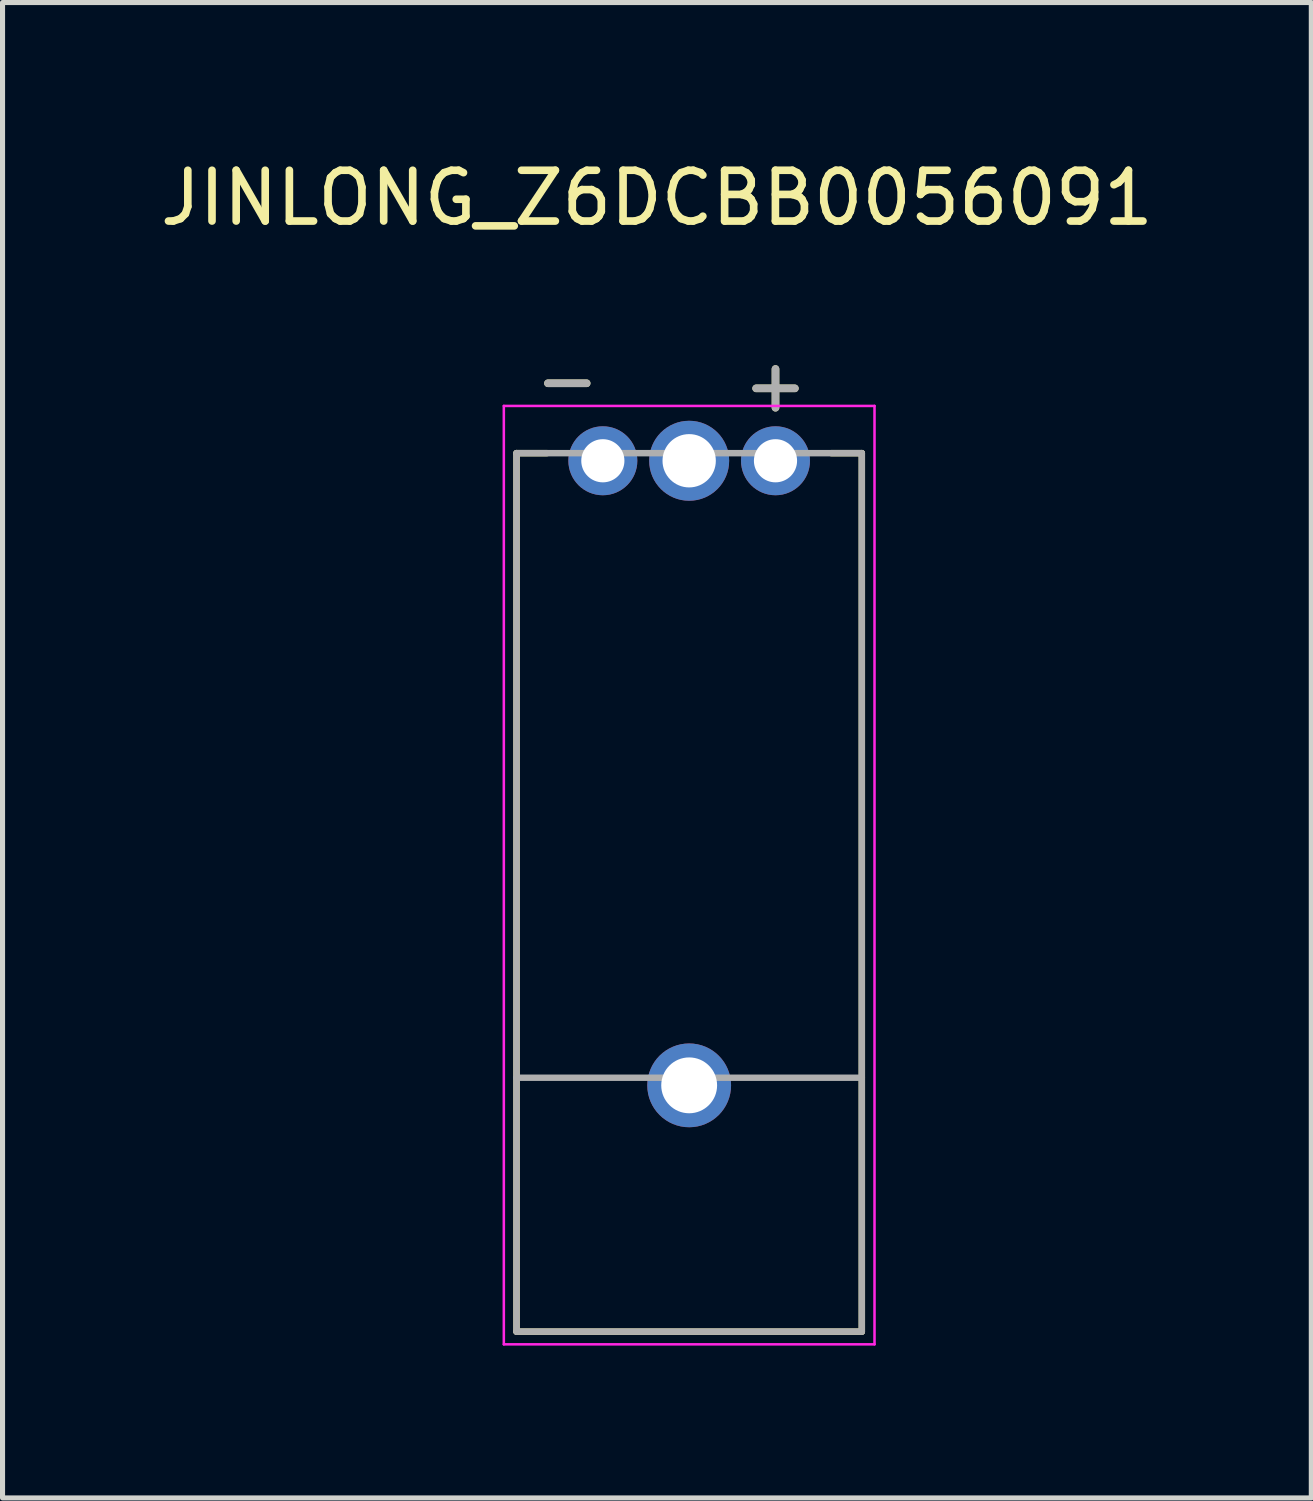
<source format=kicad_pcb>
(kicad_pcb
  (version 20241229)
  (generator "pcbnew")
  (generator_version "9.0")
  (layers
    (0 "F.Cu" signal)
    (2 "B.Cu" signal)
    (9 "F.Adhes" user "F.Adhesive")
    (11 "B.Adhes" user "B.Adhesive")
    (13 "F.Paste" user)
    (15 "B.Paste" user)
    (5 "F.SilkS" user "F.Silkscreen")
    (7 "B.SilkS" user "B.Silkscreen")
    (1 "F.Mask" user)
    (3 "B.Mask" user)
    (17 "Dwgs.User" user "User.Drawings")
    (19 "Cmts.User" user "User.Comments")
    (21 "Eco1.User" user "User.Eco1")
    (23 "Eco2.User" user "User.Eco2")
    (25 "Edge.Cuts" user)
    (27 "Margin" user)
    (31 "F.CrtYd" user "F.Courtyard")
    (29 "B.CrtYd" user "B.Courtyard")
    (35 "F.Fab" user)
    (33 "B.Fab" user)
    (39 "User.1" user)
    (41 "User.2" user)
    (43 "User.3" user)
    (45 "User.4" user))
  (footprint "JINLONG_Z6DCBB0056091"
    (layer "F.Cu")
    (at 10.522 12.024)
    (property "Reference" "JINLONG_Z6DCBB0056091" (at -0.635 -11.176 0) (layer "F.SilkS") (effects (font (size 1 1) (thickness 0.15))))
    (attr through_hole)
    (fp_line (start -3.4 -6.15) (end -3.4 11.15) (stroke (width 0.127) (type solid)) (layer "F.SilkS"))
    (fp_line (start -3.4 11.15) (end 3.4 11.15) (stroke (width 0.127) (type solid)) (layer "F.SilkS"))
    (fp_line (start -2.8 -6.15) (end -3.4 -6.15) (stroke (width 0.127) (type solid)) (layer "F.SilkS"))
    (fp_line (start 3.4 -6.15) (end 2.8 -6.15) (stroke (width 0.127) (type solid)) (layer "F.SilkS"))
    (fp_line (start 3.4 11.15) (end 3.4 -6.15) (stroke (width 0.127) (type solid)) (layer "F.SilkS"))
    (fp_line (start -3.65 -7.08) (end 3.65 -7.08) (stroke (width 0.05) (type solid)) (layer "F.CrtYd"))
    (fp_line (start -3.65 11.4) (end -3.65 -7.08) (stroke (width 0.05) (type solid)) (layer "F.CrtYd"))
    (fp_line (start 3.65 -7.08) (end 3.65 11.4) (stroke (width 0.05) (type solid)) (layer "F.CrtYd"))
    (fp_line (start 3.65 11.4) (end -3.65 11.4) (stroke (width 0.05) (type solid)) (layer "F.CrtYd"))
    (fp_line (start -3.4 -6.15) (end 3.4 -6.15) (stroke (width 0.127) (type solid)) (layer "F.Fab"))
    (fp_line (start -3.4 6.15) (end -3.4 -6.15) (stroke (width 0.127) (type solid)) (layer "F.Fab"))
    (fp_line (start -3.4 11.15) (end -3.4 6.15) (stroke (width 0.127) (type solid)) (layer "F.Fab"))
    (fp_line (start 3.4 -6.15) (end 3.4 6.15) (stroke (width 0.127) (type solid)) (layer "F.Fab"))
    (fp_line (start 3.4 6.15) (end -3.4 6.15) (stroke (width 0.127) (type solid)) (layer "F.Fab"))
    (fp_line (start 3.4 6.15) (end 3.4 11.15) (stroke (width 0.127) (type solid)) (layer "F.Fab"))
    (fp_line (start 3.4 11.15) (end -3.4 11.15) (stroke (width 0.127) (type solid)) (layer "F.Fab"))
    (fp_text user "+" (at 1.7 -7.5 0) (layer "F.SilkS") (effects (font (size 1 1) (thickness 0.15))))
    (fp_text user "-" (at -2.4 -7.6 0) (layer "F.SilkS") (effects (font (size 1 1) (thickness 0.15))))
    (fp_text user "+" (at 1.7 -7.5 0) (layer "F.Fab") (effects (font (size 1 1) (thickness 0.15))))
    (fp_text user "-" (at -2.4 -7.6 0) (layer "F.Fab") (effects (font (size 1 1) (thickness 0.15))))
    (pad "N" thru_hole circle (at -1.7 -6) (size 1.358 1.358) (drill 0.85) (layers "*.Cu" "*.Mask"))
    (pad "P" thru_hole circle (at 1.7 -6) (size 1.358 1.358) (drill 0.85) (layers "*.Cu" "*.Mask"))
    (pad "S1" thru_hole circle (at 0 -6) (size 1.575 1.575) (drill 1.05) (layers "*.Cu" "*.Mask"))
    (pad "S2" thru_hole circle (at 0 6.3) (size 1.65 1.65) (drill 1.1) (layers "*.Cu" "*.Mask")))
  (gr_rect
    (start -3 -3)
    (end 22.774 26.449)
    (stroke (width 0.1) (type default))
    (fill no)
    (layer "Edge.Cuts")))
</source>
